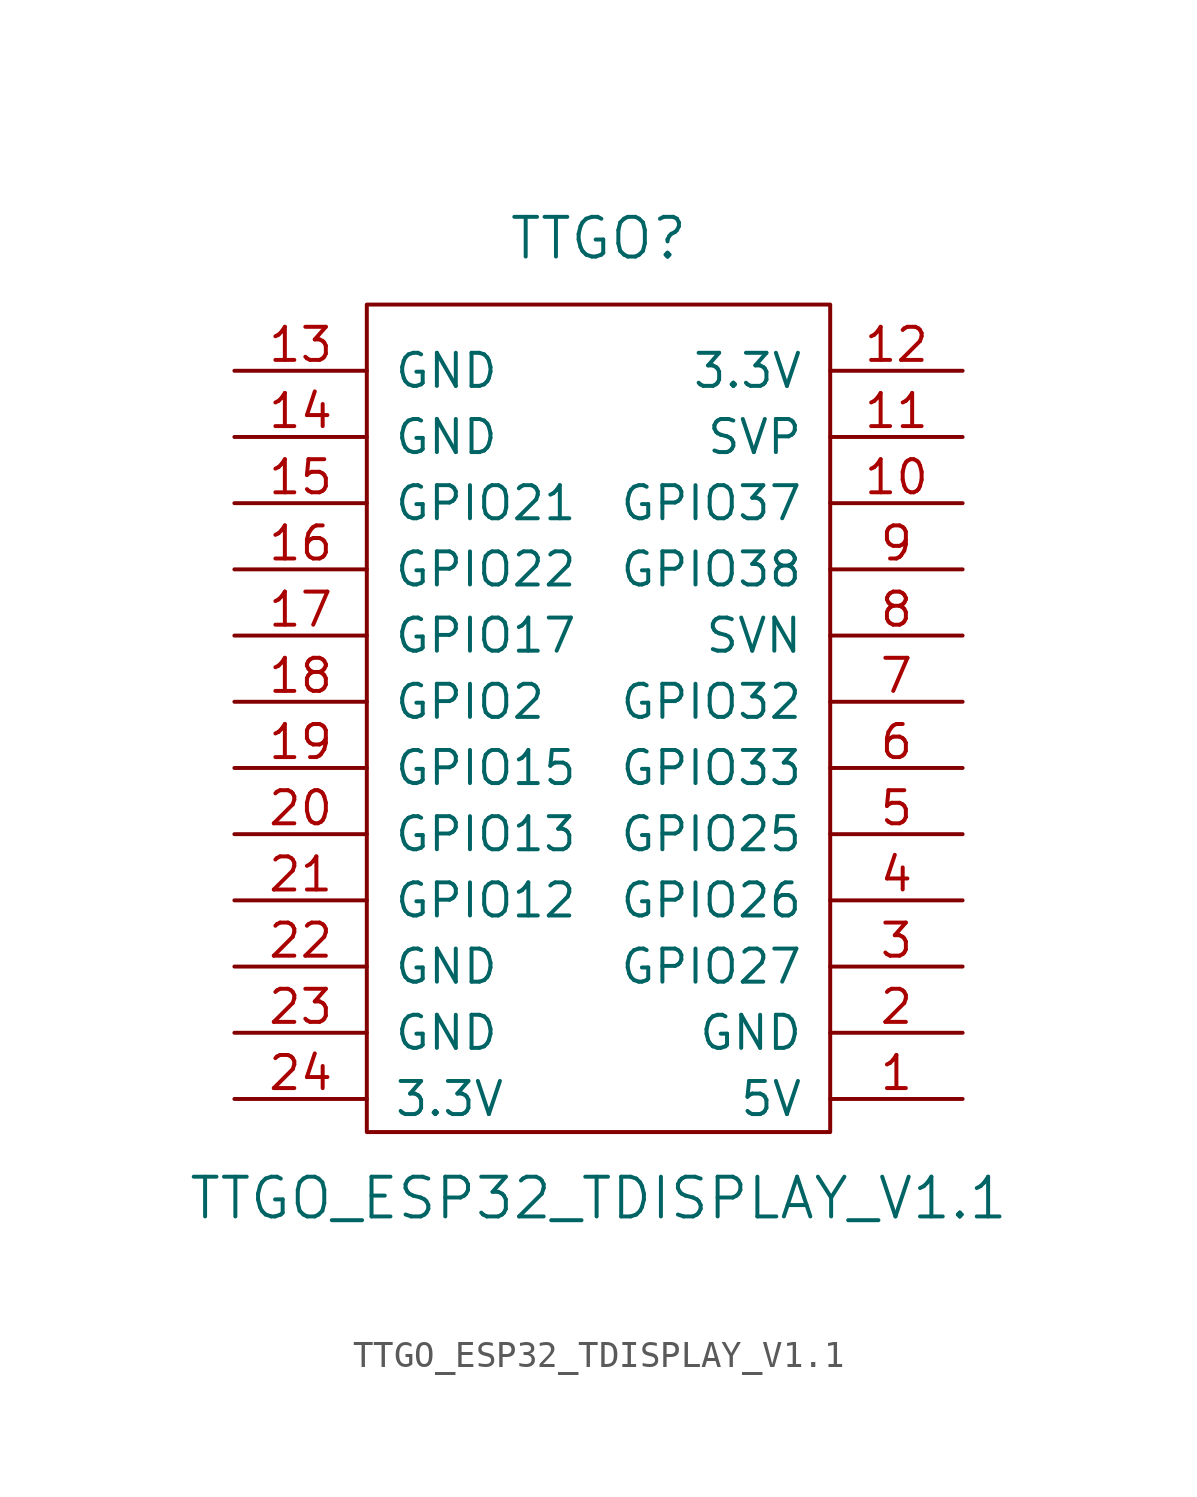
<source format=kicad_sym>
(kicad_symbol_lib
  (version 20231120)
  (generator "kicad_symbol_editor")
  (generator_version "8.0")
  (symbol "TTGO_ESP32_TDISPLAY_V1.1"
    (pin_names
      (offset 1.016))
    (property "Reference" "TTGO"
      (at 8.89 34.29 0)
      (effects (font (size 1.524 1.524))))
    (property "Value" "TTGO_ESP32_TDISPLAY_V1.1"
      (at 8.89 -2.54 0)
      (effects (font (size 1.524 1.524))))
    (symbol "TTGO_ESP32_TDISPLAY_V1.1_0_1"
      (rectangle (start 0 0) (end 17.78 31.75) (stroke (width 0) (type solid)) (fill (type none))))
    (symbol "TTGO_ESP32_TDISPLAY_V1.1_1_1"
      (pin bidirectional line (at 22.86 1.27 180) (length 5.08) (name "5V" (effects (font (size 1.27 1.27)))) (number "1" (effects (font (size 1.27 1.27)))))
      (pin bidirectional line (at 22.86 24.13 180) (length 5.08) (name "GPIO37" (effects (font (size 1.27 1.27)))) (number "10" (effects (font (size 1.27 1.27)))))
      (pin bidirectional line (at 22.86 26.67 180) (length 5.08) (name "SVP" (effects (font (size 1.27 1.27)))) (number "11" (effects (font (size 1.27 1.27)))))
      (pin power_out line (at 22.86 29.21 180) (length 5.08) (name "3.3V" (effects (font (size 1.27 1.27)))) (number "12" (effects (font (size 1.27 1.27)))))
      (pin power_in line (at -5.08 29.21 0) (length 5.08) (name "GND" (effects (font (size 1.27 1.27)))) (number "13" (effects (font (size 1.27 1.27)))))
      (pin power_in line (at -5.08 26.67 0) (length 5.08) (name "GND" (effects (font (size 1.27 1.27)))) (number "14" (effects (font (size 1.27 1.27)))))
      (pin bidirectional line (at -5.08 24.13 0) (length 5.08) (name "GPIO21" (effects (font (size 1.27 1.27)))) (number "15" (effects (font (size 1.27 1.27)))))
      (pin bidirectional line (at -5.08 21.59 0) (length 5.08) (name "GPIO22" (effects (font (size 1.27 1.27)))) (number "16" (effects (font (size 1.27 1.27)))))
      (pin bidirectional line (at -5.08 19.05 0) (length 5.08) (name "GPIO17" (effects (font (size 1.27 1.27)))) (number "17" (effects (font (size 1.27 1.27)))))
      (pin bidirectional line (at -5.08 16.51 0) (length 5.08) (name "GPIO2" (effects (font (size 1.27 1.27)))) (number "18" (effects (font (size 1.27 1.27)))))
      (pin bidirectional line (at -5.08 13.97 0) (length 5.08) (name "GPIO15" (effects (font (size 1.27 1.27)))) (number "19" (effects (font (size 1.27 1.27)))))
      (pin power_in line (at 22.86 3.81 180) (length 5.08) (name "GND" (effects (font (size 1.27 1.27)))) (number "2" (effects (font (size 1.27 1.27)))))
      (pin bidirectional line (at -5.08 11.43 0) (length 5.08) (name "GPIO13" (effects (font (size 1.27 1.27)))) (number "20" (effects (font (size 1.27 1.27)))))
      (pin bidirectional line (at -5.08 8.89 0) (length 5.08) (name "GPIO12" (effects (font (size 1.27 1.27)))) (number "21" (effects (font (size 1.27 1.27)))))
      (pin power_in line (at -5.08 6.35 0) (length 5.08) (name "GND" (effects (font (size 1.27 1.27)))) (number "22" (effects (font (size 1.27 1.27)))))
      (pin power_in line (at -5.08 3.81 0) (length 5.08) (name "GND" (effects (font (size 1.27 1.27)))) (number "23" (effects (font (size 1.27 1.27)))))
      (pin power_out line (at -5.08 1.27 0) (length 5.08) (name "3.3V" (effects (font (size 1.27 1.27)))) (number "24" (effects (font (size 1.27 1.27)))))
      (pin bidirectional line (at 22.86 6.35 180) (length 5.08) (name "GPIO27" (effects (font (size 1.27 1.27)))) (number "3" (effects (font (size 1.27 1.27)))))
      (pin bidirectional line (at 22.86 8.89 180) (length 5.08) (name "GPIO26" (effects (font (size 1.27 1.27)))) (number "4" (effects (font (size 1.27 1.27)))))
      (pin bidirectional line (at 22.86 11.43 180) (length 5.08) (name "GPIO25" (effects (font (size 1.27 1.27)))) (number "5" (effects (font (size 1.27 1.27)))))
      (pin bidirectional line (at 22.86 13.97 180) (length 5.08) (name "GPIO33" (effects (font (size 1.27 1.27)))) (number "6" (effects (font (size 1.27 1.27)))))
      (pin bidirectional line (at 22.86 16.51 180) (length 5.08) (name "GPIO32" (effects (font (size 1.27 1.27)))) (number "7" (effects (font (size 1.27 1.27)))))
      (pin bidirectional line (at 22.86 19.05 180) (length 5.08) (name "SVN" (effects (font (size 1.27 1.27)))) (number "8" (effects (font (size 1.27 1.27)))))
      (pin bidirectional line (at 22.86 21.59 180) (length 5.08) (name "GPIO38" (effects (font (size 1.27 1.27)))) (number "9" (effects (font (size 1.27 1.27))))))))
</source>
